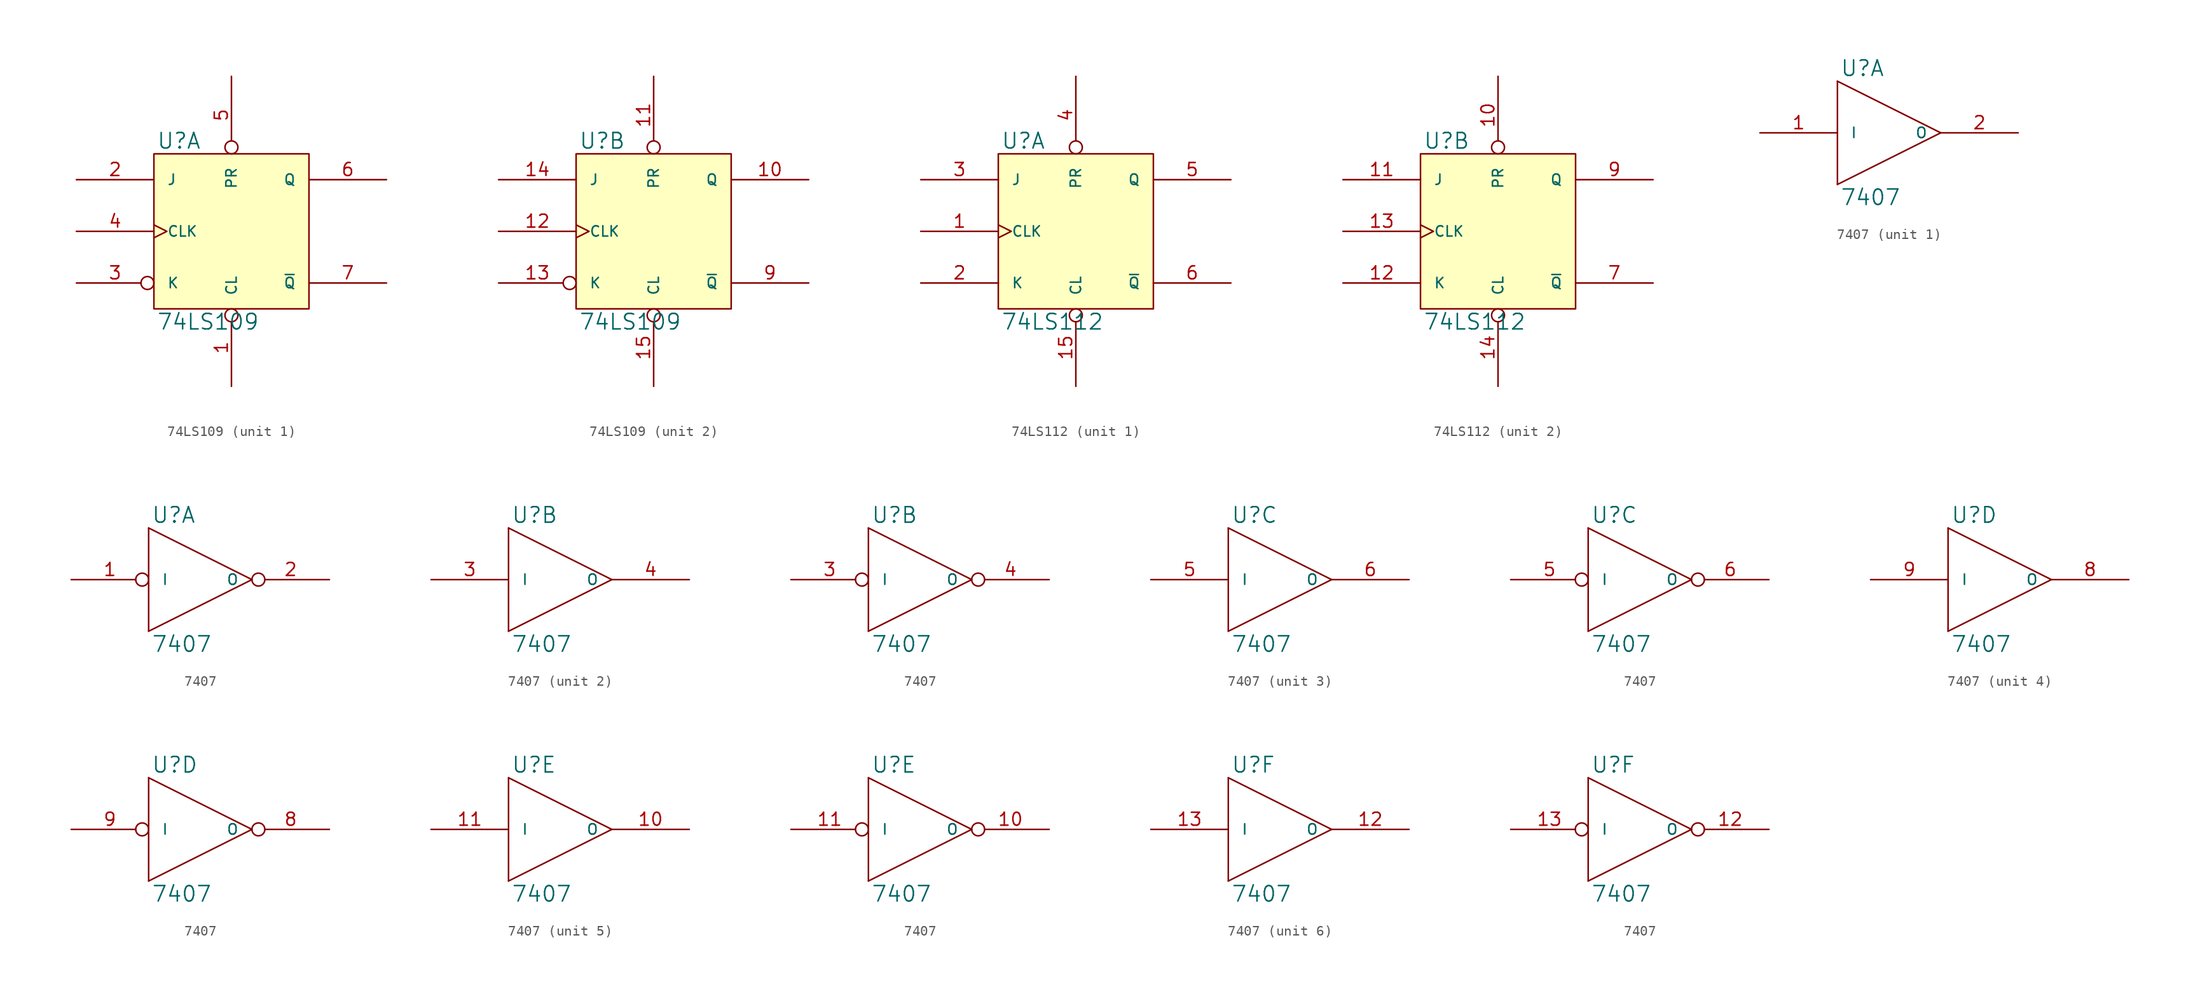
<source format=kicad_sym>
(kicad_symbol_lib
  (version 20231120)
  (generator "kicad_symbol_editor")
  (generator_version "8.0")
  (symbol "74LS109"
    (pin_names
      (offset 1.27))
    (property "Reference" "U"
      (at 0.254 0.381 0)
      (effects (font (size 1.524 1.524)) (justify left bottom)))
    (property "Value" "74LS109"
      (at 0.254 -15.621 0)
      (effects (font (size 1.524 1.524)) (justify left top)))
    (symbol "74LS109_0_1"
      (rectangle (start 0 0) (end 15.24 -15.24) (stroke (width 0) (type solid)) (fill (type background))))
    (symbol "74LS109_1_1"
      (pin input inverted (at 7.62 -22.86 90) (length 7.62) (name "CL" (effects (font (size 1.016 1.016)))) (number "1" (effects (font (size 1.27 1.27)))))
      (pin power_in line (at 0 0 270) (length 0) hide (name "VCC" (effects (font (size 1.016 1.016)))) (number "16" (effects (font (size 1.27 1.27)))))
      (pin input line (at -7.62 -2.54 0) (length 7.62) (name "J" (effects (font (size 1.016 1.016)))) (number "2" (effects (font (size 1.27 1.27)))))
      (pin input inverted (at -7.62 -12.7 0) (length 7.62) (name "K" (effects (font (size 1.016 1.016)))) (number "3" (effects (font (size 1.27 1.27)))))
      (pin input clock (at -7.62 -7.62 0) (length 7.62) (name "CLK" (effects (font (size 1.016 1.016)))) (number "4" (effects (font (size 1.27 1.27)))))
      (pin input inverted (at 7.62 7.62 270) (length 7.62) (name "PR" (effects (font (size 1.016 1.016)))) (number "5" (effects (font (size 1.27 1.27)))))
      (pin output line (at 22.86 -2.54 180) (length 7.62) (name "Q" (effects (font (size 1.016 1.016)))) (number "6" (effects (font (size 1.27 1.27)))))
      (pin output line (at 22.86 -12.7 180) (length 7.62) (name "~{Q}" (effects (font (size 1.016 1.016)))) (number "7" (effects (font (size 1.27 1.27)))))
      (pin power_in line (at 0 -15.24 90) (length 0) hide (name "GND" (effects (font (size 1.016 1.016)))) (number "8" (effects (font (size 1.27 1.27))))))
    (symbol "74LS109_2_1"
      (pin output line (at 22.86 -2.54 180) (length 7.62) (name "Q" (effects (font (size 1.016 1.016)))) (number "10" (effects (font (size 1.27 1.27)))))
      (pin input inverted (at 7.62 7.62 270) (length 7.62) (name "PR" (effects (font (size 1.016 1.016)))) (number "11" (effects (font (size 1.27 1.27)))))
      (pin input clock (at -7.62 -7.62 0) (length 7.62) (name "CLK" (effects (font (size 1.016 1.016)))) (number "12" (effects (font (size 1.27 1.27)))))
      (pin input inverted (at -7.62 -12.7 0) (length 7.62) (name "K" (effects (font (size 1.016 1.016)))) (number "13" (effects (font (size 1.27 1.27)))))
      (pin input line (at -7.62 -2.54 0) (length 7.62) (name "J" (effects (font (size 1.016 1.016)))) (number "14" (effects (font (size 1.27 1.27)))))
      (pin input inverted (at 7.62 -22.86 90) (length 7.62) (name "CL" (effects (font (size 1.016 1.016)))) (number "15" (effects (font (size 1.27 1.27)))))
      (pin power_in line (at 0 0 270) (length 0) hide (name "VCC" (effects (font (size 1.016 1.016)))) (number "16" (effects (font (size 1.27 1.27)))))
      (pin power_in line (at 0 -15.24 90) (length 0) hide (name "GND" (effects (font (size 1.016 1.016)))) (number "8" (effects (font (size 1.27 1.27)))))
      (pin output line (at 22.86 -12.7 180) (length 7.62) (name "~{Q}" (effects (font (size 1.016 1.016)))) (number "9" (effects (font (size 1.27 1.27)))))))
  (symbol "74LS112"
    (pin_names
      (offset 1.27))
    (property "Reference" "U"
      (at 0.254 0.381 0)
      (effects (font (size 1.524 1.524)) (justify left bottom)))
    (property "Value" "74LS112"
      (at 0.254 -15.621 0)
      (effects (font (size 1.524 1.524)) (justify left top)))
    (symbol "74LS112_0_1"
      (rectangle (start 0 0) (end 15.24 -15.24) (stroke (width 0) (type solid)) (fill (type background))))
    (symbol "74LS112_1_1"
      (pin input clock (at -7.62 -7.62 0) (length 7.62) (name "CLK" (effects (font (size 1.016 1.016)))) (number "1" (effects (font (size 1.27 1.27)))))
      (pin input inverted (at 7.62 -22.86 90) (length 7.62) (name "CL" (effects (font (size 1.016 1.016)))) (number "15" (effects (font (size 1.27 1.27)))))
      (pin power_in line (at 0 0 270) (length 0) hide (name "VCC" (effects (font (size 1.016 1.016)))) (number "16" (effects (font (size 1.27 1.27)))))
      (pin input line (at -7.62 -12.7 0) (length 7.62) (name "K" (effects (font (size 1.016 1.016)))) (number "2" (effects (font (size 1.27 1.27)))))
      (pin input line (at -7.62 -2.54 0) (length 7.62) (name "J" (effects (font (size 1.016 1.016)))) (number "3" (effects (font (size 1.27 1.27)))))
      (pin input inverted (at 7.62 7.62 270) (length 7.62) (name "PR" (effects (font (size 1.016 1.016)))) (number "4" (effects (font (size 1.27 1.27)))))
      (pin output line (at 22.86 -2.54 180) (length 7.62) (name "Q" (effects (font (size 1.016 1.016)))) (number "5" (effects (font (size 1.27 1.27)))))
      (pin output line (at 22.86 -12.7 180) (length 7.62) (name "~{Q}" (effects (font (size 1.016 1.016)))) (number "6" (effects (font (size 1.27 1.27)))))
      (pin power_in line (at 0 -15.24 90) (length 0) hide (name "GND" (effects (font (size 1.016 1.016)))) (number "8" (effects (font (size 1.27 1.27))))))
    (symbol "74LS112_2_1"
      (pin input inverted (at 7.62 7.62 270) (length 7.62) (name "PR" (effects (font (size 1.016 1.016)))) (number "10" (effects (font (size 1.27 1.27)))))
      (pin input line (at -7.62 -2.54 0) (length 7.62) (name "J" (effects (font (size 1.016 1.016)))) (number "11" (effects (font (size 1.27 1.27)))))
      (pin input line (at -7.62 -12.7 0) (length 7.62) (name "K" (effects (font (size 1.016 1.016)))) (number "12" (effects (font (size 1.27 1.27)))))
      (pin input clock (at -7.62 -7.62 0) (length 7.62) (name "CLK" (effects (font (size 1.016 1.016)))) (number "13" (effects (font (size 1.27 1.27)))))
      (pin input inverted (at 7.62 -22.86 90) (length 7.62) (name "CL" (effects (font (size 1.016 1.016)))) (number "14" (effects (font (size 1.27 1.27)))))
      (pin power_in line (at 0 0 270) (length 0) hide (name "VCC" (effects (font (size 1.016 1.016)))) (number "16" (effects (font (size 1.27 1.27)))))
      (pin output line (at 22.86 -12.7 180) (length 7.62) (name "~{Q}" (effects (font (size 1.016 1.016)))) (number "7" (effects (font (size 1.27 1.27)))))
      (pin power_in line (at 0 -15.24 90) (length 0) hide (name "GND" (effects (font (size 1.016 1.016)))) (number "8" (effects (font (size 1.27 1.27)))))
      (pin output line (at 22.86 -2.54 180) (length 7.62) (name "Q" (effects (font (size 1.016 1.016)))) (number "9" (effects (font (size 1.27 1.27)))))))
  (symbol "7407"
    (pin_names
      (offset 1.27))
    (property "Reference" "U"
      (at 0.254 0.381 0)
      (effects (font (size 1.524 1.524)) (justify left bottom)))
    (property "Value" "7407"
      (at 0.254 -10.541 0)
      (effects (font (size 1.524 1.524)) (justify left top)))
    (symbol "7407_0_1"
      (polyline (pts (xy 0 -10.16) (xy 0 0)) (stroke (width 0) (type solid)) (fill (type none)))
      (polyline (pts (xy 0 0) (xy 10.16 -5.08)) (stroke (width 0) (type solid)) (fill (type none)))
      (polyline (pts (xy 10.16 -5.08) (xy 0 -10.16)) (stroke (width 0) (type solid)) (fill (type none))))
    (symbol "7407_0_2"
      (polyline (pts (xy 0 -10.16) (xy 0 0)) (stroke (width 0) (type solid)) (fill (type none)))
      (polyline (pts (xy 0 0) (xy 10.16 -5.08)) (stroke (width 0) (type solid)) (fill (type none)))
      (polyline (pts (xy 10.16 -5.08) (xy 0 -10.16)) (stroke (width 0) (type solid)) (fill (type none))))
    (symbol "7407_1_1"
      (pin input line (at -7.62 -5.08 0) (length 7.62) (name "I" (effects (font (size 1.016 1.016)))) (number "1" (effects (font (size 1.27 1.27)))))
      (pin power_in line (at 0 0 270) (length 0) hide (name "VCC" (effects (font (size 1.016 1.016)))) (number "14" (effects (font (size 1.27 1.27)))))
      (pin open_collector line (at 17.78 -5.08 180) (length 7.62) (name "O" (effects (font (size 1.016 1.016)))) (number "2" (effects (font (size 1.27 1.27)))))
      (pin power_in line (at 0 -10.16 90) (length 0) hide (name "GND" (effects (font (size 1.016 1.016)))) (number "7" (effects (font (size 1.27 1.27))))))
    (symbol "7407_1_2"
      (pin input inverted (at -7.62 -5.08 0) (length 7.62) (name "I" (effects (font (size 1.016 1.016)))) (number "1" (effects (font (size 1.27 1.27)))))
      (pin power_in line (at 0 0 270) (length 0) hide (name "VCC" (effects (font (size 1.016 1.016)))) (number "14" (effects (font (size 1.27 1.27)))))
      (pin open_collector inverted (at 17.78 -5.08 180) (length 7.62) (name "O" (effects (font (size 1.016 1.016)))) (number "2" (effects (font (size 1.27 1.27)))))
      (pin power_in line (at 0 -10.16 90) (length 0) hide (name "GND" (effects (font (size 1.016 1.016)))) (number "7" (effects (font (size 1.27 1.27))))))
    (symbol "7407_2_1"
      (pin power_in line (at 0 0 270) (length 0) hide (name "VCC" (effects (font (size 1.016 1.016)))) (number "14" (effects (font (size 1.27 1.27)))))
      (pin input line (at -7.62 -5.08 0) (length 7.62) (name "I" (effects (font (size 1.016 1.016)))) (number "3" (effects (font (size 1.27 1.27)))))
      (pin open_collector line (at 17.78 -5.08 180) (length 7.62) (name "O" (effects (font (size 1.016 1.016)))) (number "4" (effects (font (size 1.27 1.27)))))
      (pin power_in line (at 0 -10.16 90) (length 0) hide (name "GND" (effects (font (size 1.016 1.016)))) (number "7" (effects (font (size 1.27 1.27))))))
    (symbol "7407_2_2"
      (pin power_in line (at 0 0 270) (length 0) hide (name "VCC" (effects (font (size 1.016 1.016)))) (number "14" (effects (font (size 1.27 1.27)))))
      (pin input inverted (at -7.62 -5.08 0) (length 7.62) (name "I" (effects (font (size 1.016 1.016)))) (number "3" (effects (font (size 1.27 1.27)))))
      (pin open_collector inverted (at 17.78 -5.08 180) (length 7.62) (name "O" (effects (font (size 1.016 1.016)))) (number "4" (effects (font (size 1.27 1.27)))))
      (pin power_in line (at 0 -10.16 90) (length 0) hide (name "GND" (effects (font (size 1.016 1.016)))) (number "7" (effects (font (size 1.27 1.27))))))
    (symbol "7407_3_1"
      (pin power_in line (at 0 0 270) (length 0) hide (name "VCC" (effects (font (size 1.016 1.016)))) (number "14" (effects (font (size 1.27 1.27)))))
      (pin input line (at -7.62 -5.08 0) (length 7.62) (name "I" (effects (font (size 1.016 1.016)))) (number "5" (effects (font (size 1.27 1.27)))))
      (pin open_collector line (at 17.78 -5.08 180) (length 7.62) (name "O" (effects (font (size 1.016 1.016)))) (number "6" (effects (font (size 1.27 1.27)))))
      (pin power_in line (at 0 -10.16 90) (length 0) hide (name "GND" (effects (font (size 1.016 1.016)))) (number "7" (effects (font (size 1.27 1.27))))))
    (symbol "7407_3_2"
      (pin power_in line (at 0 0 270) (length 0) hide (name "VCC" (effects (font (size 1.016 1.016)))) (number "14" (effects (font (size 1.27 1.27)))))
      (pin input inverted (at -7.62 -5.08 0) (length 7.62) (name "I" (effects (font (size 1.016 1.016)))) (number "5" (effects (font (size 1.27 1.27)))))
      (pin open_collector inverted (at 17.78 -5.08 180) (length 7.62) (name "O" (effects (font (size 1.016 1.016)))) (number "6" (effects (font (size 1.27 1.27)))))
      (pin power_in line (at 0 -10.16 90) (length 0) hide (name "GND" (effects (font (size 1.016 1.016)))) (number "7" (effects (font (size 1.27 1.27))))))
    (symbol "7407_4_1"
      (pin power_in line (at 0 0 270) (length 0) hide (name "VCC" (effects (font (size 1.016 1.016)))) (number "14" (effects (font (size 1.27 1.27)))))
      (pin power_in line (at 0 -10.16 90) (length 0) hide (name "GND" (effects (font (size 1.016 1.016)))) (number "7" (effects (font (size 1.27 1.27)))))
      (pin open_collector line (at 17.78 -5.08 180) (length 7.62) (name "O" (effects (font (size 1.016 1.016)))) (number "8" (effects (font (size 1.27 1.27)))))
      (pin input line (at -7.62 -5.08 0) (length 7.62) (name "I" (effects (font (size 1.016 1.016)))) (number "9" (effects (font (size 1.27 1.27))))))
    (symbol "7407_4_2"
      (pin power_in line (at 0 0 270) (length 0) hide (name "VCC" (effects (font (size 1.016 1.016)))) (number "14" (effects (font (size 1.27 1.27)))))
      (pin power_in line (at 0 -10.16 90) (length 0) hide (name "GND" (effects (font (size 1.016 1.016)))) (number "7" (effects (font (size 1.27 1.27)))))
      (pin open_collector inverted (at 17.78 -5.08 180) (length 7.62) (name "O" (effects (font (size 1.016 1.016)))) (number "8" (effects (font (size 1.27 1.27)))))
      (pin input inverted (at -7.62 -5.08 0) (length 7.62) (name "I" (effects (font (size 1.016 1.016)))) (number "9" (effects (font (size 1.27 1.27))))))
    (symbol "7407_5_1"
      (pin open_collector line (at 17.78 -5.08 180) (length 7.62) (name "O" (effects (font (size 1.016 1.016)))) (number "10" (effects (font (size 1.27 1.27)))))
      (pin input line (at -7.62 -5.08 0) (length 7.62) (name "I" (effects (font (size 1.016 1.016)))) (number "11" (effects (font (size 1.27 1.27)))))
      (pin power_in line (at 0 0 270) (length 0) hide (name "VCC" (effects (font (size 1.016 1.016)))) (number "14" (effects (font (size 1.27 1.27)))))
      (pin power_in line (at 0 -10.16 90) (length 0) hide (name "GND" (effects (font (size 1.016 1.016)))) (number "7" (effects (font (size 1.27 1.27))))))
    (symbol "7407_5_2"
      (pin open_collector inverted (at 17.78 -5.08 180) (length 7.62) (name "O" (effects (font (size 1.016 1.016)))) (number "10" (effects (font (size 1.27 1.27)))))
      (pin input inverted (at -7.62 -5.08 0) (length 7.62) (name "I" (effects (font (size 1.016 1.016)))) (number "11" (effects (font (size 1.27 1.27)))))
      (pin power_in line (at 0 0 270) (length 0) hide (name "VCC" (effects (font (size 1.016 1.016)))) (number "14" (effects (font (size 1.27 1.27)))))
      (pin power_in line (at 0 -10.16 90) (length 0) hide (name "GND" (effects (font (size 1.016 1.016)))) (number "7" (effects (font (size 1.27 1.27))))))
    (symbol "7407_6_1"
      (pin open_collector line (at 17.78 -5.08 180) (length 7.62) (name "O" (effects (font (size 1.016 1.016)))) (number "12" (effects (font (size 1.27 1.27)))))
      (pin input line (at -7.62 -5.08 0) (length 7.62) (name "I" (effects (font (size 1.016 1.016)))) (number "13" (effects (font (size 1.27 1.27)))))
      (pin power_in line (at 0 0 270) (length 0) hide (name "VCC" (effects (font (size 1.016 1.016)))) (number "14" (effects (font (size 1.27 1.27)))))
      (pin power_in line (at 0 -10.16 90) (length 0) hide (name "GND" (effects (font (size 1.016 1.016)))) (number "7" (effects (font (size 1.27 1.27))))))
    (symbol "7407_6_2"
      (pin open_collector inverted (at 17.78 -5.08 180) (length 7.62) (name "O" (effects (font (size 1.016 1.016)))) (number "12" (effects (font (size 1.27 1.27)))))
      (pin input inverted (at -7.62 -5.08 0) (length 7.62) (name "I" (effects (font (size 1.016 1.016)))) (number "13" (effects (font (size 1.27 1.27)))))
      (pin power_in line (at 0 0 270) (length 0) hide (name "VCC" (effects (font (size 1.016 1.016)))) (number "14" (effects (font (size 1.27 1.27)))))
      (pin power_in line (at 0 -10.16 90) (length 0) hide (name "GND" (effects (font (size 1.016 1.016)))) (number "7" (effects (font (size 1.27 1.27))))))))
</source>
